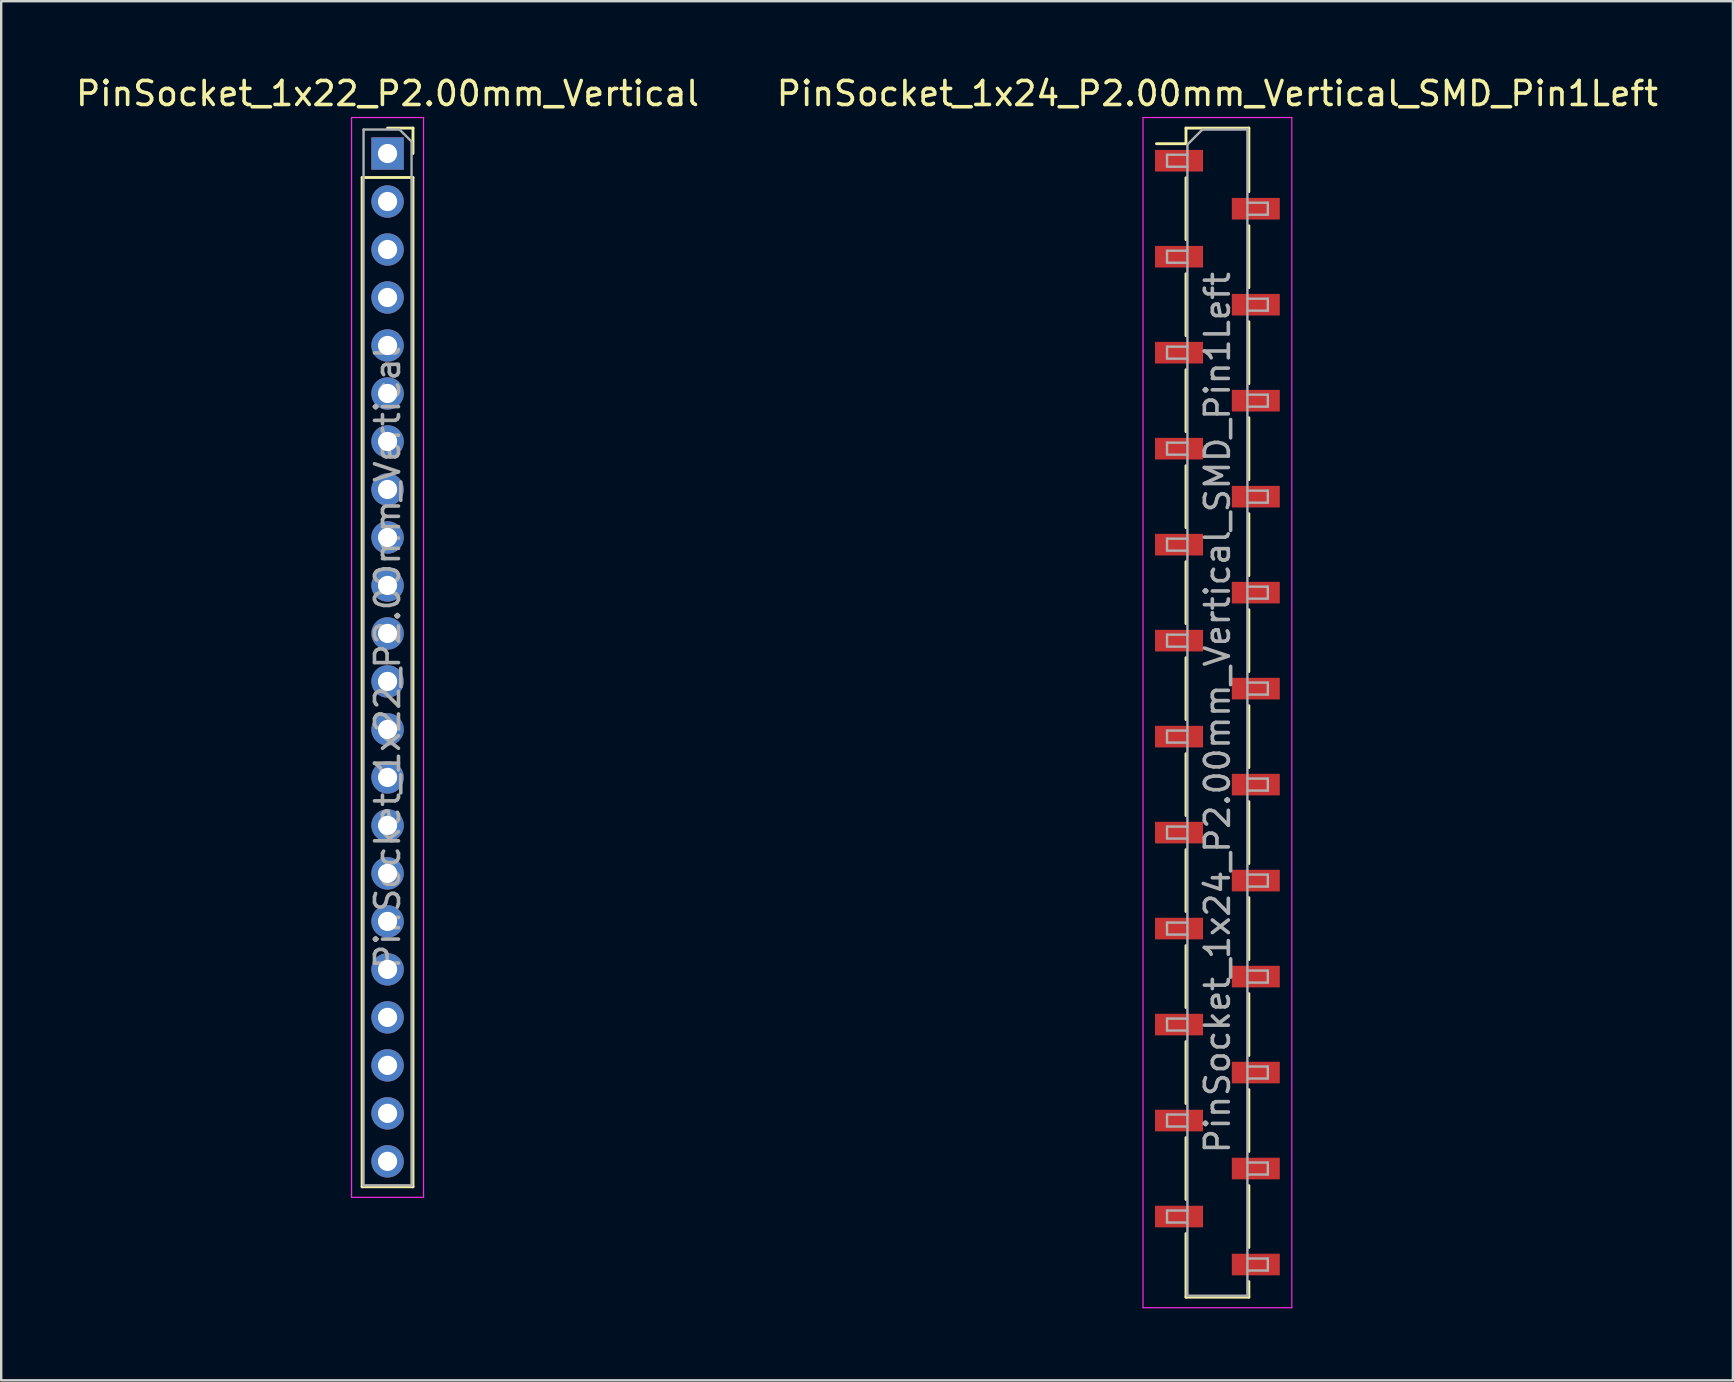
<source format=kicad_pcb>
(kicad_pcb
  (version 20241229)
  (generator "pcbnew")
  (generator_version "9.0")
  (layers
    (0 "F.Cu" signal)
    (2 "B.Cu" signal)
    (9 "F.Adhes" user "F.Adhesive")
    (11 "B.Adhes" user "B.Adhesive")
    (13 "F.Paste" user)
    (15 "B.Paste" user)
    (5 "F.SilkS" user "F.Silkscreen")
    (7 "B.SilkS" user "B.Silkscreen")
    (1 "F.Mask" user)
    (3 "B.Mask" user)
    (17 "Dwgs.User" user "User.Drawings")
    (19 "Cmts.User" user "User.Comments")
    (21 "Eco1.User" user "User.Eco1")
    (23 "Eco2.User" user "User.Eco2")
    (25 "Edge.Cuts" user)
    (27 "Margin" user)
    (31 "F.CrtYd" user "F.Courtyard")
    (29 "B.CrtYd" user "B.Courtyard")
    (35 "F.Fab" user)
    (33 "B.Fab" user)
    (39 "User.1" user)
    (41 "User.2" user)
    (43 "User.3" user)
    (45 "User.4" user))
  (footprint "PinSocket_1x24_P2.00mm_Vertical_SMD_Pin1Left"
    (layer "F.Cu")
    (at 47.685 26.648)
    (property "Reference" "PinSocket_1x24_P2.00mm_Vertical_SMD_Pin1Left" (at 0 -25.8 0) (layer "F.SilkS") (effects (font (size 1 1) (thickness 0.15))))
    (attr smd)
    (fp_line (start -2.54 -23.71) (end -1.31 -23.71) (stroke (width 0.12) (type solid)) (layer "F.SilkS"))
    (fp_line (start -1.31 -24.36) (end -1.31 -23.71) (stroke (width 0.12) (type solid)) (layer "F.SilkS"))
    (fp_line (start -1.31 -24.36) (end 1.31 -24.36) (stroke (width 0.12) (type solid)) (layer "F.SilkS"))
    (fp_line (start -1.31 -22.29) (end -1.31 -19.71) (stroke (width 0.12) (type solid)) (layer "F.SilkS"))
    (fp_line (start -1.31 -18.29) (end -1.31 -15.71) (stroke (width 0.12) (type solid)) (layer "F.SilkS"))
    (fp_line (start -1.31 -14.29) (end -1.31 -11.71) (stroke (width 0.12) (type solid)) (layer "F.SilkS"))
    (fp_line (start -1.31 -10.29) (end -1.31 -7.71) (stroke (width 0.12) (type solid)) (layer "F.SilkS"))
    (fp_line (start -1.31 -6.29) (end -1.31 -3.71) (stroke (width 0.12) (type solid)) (layer "F.SilkS"))
    (fp_line (start -1.31 -2.29) (end -1.31 0.29) (stroke (width 0.12) (type solid)) (layer "F.SilkS"))
    (fp_line (start -1.31 1.71) (end -1.31 4.29) (stroke (width 0.12) (type solid)) (layer "F.SilkS"))
    (fp_line (start -1.31 5.71) (end -1.31 8.29) (stroke (width 0.12) (type solid)) (layer "F.SilkS"))
    (fp_line (start -1.31 9.71) (end -1.31 12.29) (stroke (width 0.12) (type solid)) (layer "F.SilkS"))
    (fp_line (start -1.31 13.71) (end -1.31 16.29) (stroke (width 0.12) (type solid)) (layer "F.SilkS"))
    (fp_line (start -1.31 17.71) (end -1.31 20.29) (stroke (width 0.12) (type solid)) (layer "F.SilkS"))
    (fp_line (start -1.31 21.71) (end -1.31 24.36) (stroke (width 0.12) (type solid)) (layer "F.SilkS"))
    (fp_line (start -1.31 24.36) (end 1.31 24.36) (stroke (width 0.12) (type solid)) (layer "F.SilkS"))
    (fp_line (start 1.31 -24.36) (end 1.31 -21.71) (stroke (width 0.12) (type solid)) (layer "F.SilkS"))
    (fp_line (start 1.31 -20.29) (end 1.31 -17.71) (stroke (width 0.12) (type solid)) (layer "F.SilkS"))
    (fp_line (start 1.31 -16.29) (end 1.31 -13.71) (stroke (width 0.12) (type solid)) (layer "F.SilkS"))
    (fp_line (start 1.31 -12.29) (end 1.31 -9.71) (stroke (width 0.12) (type solid)) (layer "F.SilkS"))
    (fp_line (start 1.31 -8.29) (end 1.31 -5.71) (stroke (width 0.12) (type solid)) (layer "F.SilkS"))
    (fp_line (start 1.31 -4.29) (end 1.31 -1.71) (stroke (width 0.12) (type solid)) (layer "F.SilkS"))
    (fp_line (start 1.31 -0.29) (end 1.31 2.29) (stroke (width 0.12) (type solid)) (layer "F.SilkS"))
    (fp_line (start 1.31 3.71) (end 1.31 6.29) (stroke (width 0.12) (type solid)) (layer "F.SilkS"))
    (fp_line (start 1.31 7.71) (end 1.31 10.29) (stroke (width 0.12) (type solid)) (layer "F.SilkS"))
    (fp_line (start 1.31 11.71) (end 1.31 14.29) (stroke (width 0.12) (type solid)) (layer "F.SilkS"))
    (fp_line (start 1.31 15.71) (end 1.31 18.29) (stroke (width 0.12) (type solid)) (layer "F.SilkS"))
    (fp_line (start 1.31 19.71) (end 1.31 22.29) (stroke (width 0.12) (type solid)) (layer "F.SilkS"))
    (fp_line (start 1.31 23.71) (end 1.31 24.36) (stroke (width 0.12) (type solid)) (layer "F.SilkS"))
    (fp_line (start -3.1 -24.8) (end 3.1 -24.8) (stroke (width 0.05) (type solid)) (layer "F.CrtYd"))
    (fp_line (start -3.1 24.8) (end -3.1 -24.8) (stroke (width 0.05) (type solid)) (layer "F.CrtYd"))
    (fp_line (start 3.1 -24.8) (end 3.1 24.8) (stroke (width 0.05) (type solid)) (layer "F.CrtYd"))
    (fp_line (start 3.1 24.8) (end -3.1 24.8) (stroke (width 0.05) (type solid)) (layer "F.CrtYd"))
    (fp_line (start -2.1 -23.25) (end -1.25 -23.25) (stroke (width 0.1) (type solid)) (layer "F.Fab"))
    (fp_line (start -2.1 -22.75) (end -2.1 -23.25) (stroke (width 0.1) (type solid)) (layer "F.Fab"))
    (fp_line (start -2.1 -19.25) (end -1.25 -19.25) (stroke (width 0.1) (type solid)) (layer "F.Fab"))
    (fp_line (start -2.1 -18.75) (end -2.1 -19.25) (stroke (width 0.1) (type solid)) (layer "F.Fab"))
    (fp_line (start -2.1 -15.25) (end -1.25 -15.25) (stroke (width 0.1) (type solid)) (layer "F.Fab"))
    (fp_line (start -2.1 -14.75) (end -2.1 -15.25) (stroke (width 0.1) (type solid)) (layer "F.Fab"))
    (fp_line (start -2.1 -11.25) (end -1.25 -11.25) (stroke (width 0.1) (type solid)) (layer "F.Fab"))
    (fp_line (start -2.1 -10.75) (end -2.1 -11.25) (stroke (width 0.1) (type solid)) (layer "F.Fab"))
    (fp_line (start -2.1 -7.25) (end -1.25 -7.25) (stroke (width 0.1) (type solid)) (layer "F.Fab"))
    (fp_line (start -2.1 -6.75) (end -2.1 -7.25) (stroke (width 0.1) (type solid)) (layer "F.Fab"))
    (fp_line (start -2.1 -3.25) (end -1.25 -3.25) (stroke (width 0.1) (type solid)) (layer "F.Fab"))
    (fp_line (start -2.1 -2.75) (end -2.1 -3.25) (stroke (width 0.1) (type solid)) (layer "F.Fab"))
    (fp_line (start -2.1 0.75) (end -1.25 0.75) (stroke (width 0.1) (type solid)) (layer "F.Fab"))
    (fp_line (start -2.1 1.25) (end -2.1 0.75) (stroke (width 0.1) (type solid)) (layer "F.Fab"))
    (fp_line (start -2.1 4.75) (end -1.25 4.75) (stroke (width 0.1) (type solid)) (layer "F.Fab"))
    (fp_line (start -2.1 5.25) (end -2.1 4.75) (stroke (width 0.1) (type solid)) (layer "F.Fab"))
    (fp_line (start -2.1 8.75) (end -1.25 8.75) (stroke (width 0.1) (type solid)) (layer "F.Fab"))
    (fp_line (start -2.1 9.25) (end -2.1 8.75) (stroke (width 0.1) (type solid)) (layer "F.Fab"))
    (fp_line (start -2.1 12.75) (end -1.25 12.75) (stroke (width 0.1) (type solid)) (layer "F.Fab"))
    (fp_line (start -2.1 13.25) (end -2.1 12.75) (stroke (width 0.1) (type solid)) (layer "F.Fab"))
    (fp_line (start -2.1 16.75) (end -1.25 16.75) (stroke (width 0.1) (type solid)) (layer "F.Fab"))
    (fp_line (start -2.1 17.25) (end -2.1 16.75) (stroke (width 0.1) (type solid)) (layer "F.Fab"))
    (fp_line (start -2.1 20.75) (end -1.25 20.75) (stroke (width 0.1) (type solid)) (layer "F.Fab"))
    (fp_line (start -2.1 21.25) (end -2.1 20.75) (stroke (width 0.1) (type solid)) (layer "F.Fab"))
    (fp_line (start -1.25 -23.675) (end -0.625 -24.3) (stroke (width 0.1) (type solid)) (layer "F.Fab"))
    (fp_line (start -1.25 -22.75) (end -2.1 -22.75) (stroke (width 0.1) (type solid)) (layer "F.Fab"))
    (fp_line (start -1.25 -18.75) (end -2.1 -18.75) (stroke (width 0.1) (type solid)) (layer "F.Fab"))
    (fp_line (start -1.25 -14.75) (end -2.1 -14.75) (stroke (width 0.1) (type solid)) (layer "F.Fab"))
    (fp_line (start -1.25 -10.75) (end -2.1 -10.75) (stroke (width 0.1) (type solid)) (layer "F.Fab"))
    (fp_line (start -1.25 -6.75) (end -2.1 -6.75) (stroke (width 0.1) (type solid)) (layer "F.Fab"))
    (fp_line (start -1.25 -2.75) (end -2.1 -2.75) (stroke (width 0.1) (type solid)) (layer "F.Fab"))
    (fp_line (start -1.25 1.25) (end -2.1 1.25) (stroke (width 0.1) (type solid)) (layer "F.Fab"))
    (fp_line (start -1.25 5.25) (end -2.1 5.25) (stroke (width 0.1) (type solid)) (layer "F.Fab"))
    (fp_line (start -1.25 9.25) (end -2.1 9.25) (stroke (width 0.1) (type solid)) (layer "F.Fab"))
    (fp_line (start -1.25 13.25) (end -2.1 13.25) (stroke (width 0.1) (type solid)) (layer "F.Fab"))
    (fp_line (start -1.25 17.25) (end -2.1 17.25) (stroke (width 0.1) (type solid)) (layer "F.Fab"))
    (fp_line (start -1.25 21.25) (end -2.1 21.25) (stroke (width 0.1) (type solid)) (layer "F.Fab"))
    (fp_line (start -1.25 24.3) (end -1.25 -23.675) (stroke (width 0.1) (type solid)) (layer "F.Fab"))
    (fp_line (start -0.625 -24.3) (end 1.25 -24.3) (stroke (width 0.1) (type solid)) (layer "F.Fab"))
    (fp_line (start 1.25 -24.3) (end 1.25 24.3) (stroke (width 0.1) (type solid)) (layer "F.Fab"))
    (fp_line (start 1.25 -21.25) (end 2.1 -21.25) (stroke (width 0.1) (type solid)) (layer "F.Fab"))
    (fp_line (start 1.25 -17.25) (end 2.1 -17.25) (stroke (width 0.1) (type solid)) (layer "F.Fab"))
    (fp_line (start 1.25 -13.25) (end 2.1 -13.25) (stroke (width 0.1) (type solid)) (layer "F.Fab"))
    (fp_line (start 1.25 -9.25) (end 2.1 -9.25) (stroke (width 0.1) (type solid)) (layer "F.Fab"))
    (fp_line (start 1.25 -5.25) (end 2.1 -5.25) (stroke (width 0.1) (type solid)) (layer "F.Fab"))
    (fp_line (start 1.25 -1.25) (end 2.1 -1.25) (stroke (width 0.1) (type solid)) (layer "F.Fab"))
    (fp_line (start 1.25 2.75) (end 2.1 2.75) (stroke (width 0.1) (type solid)) (layer "F.Fab"))
    (fp_line (start 1.25 6.75) (end 2.1 6.75) (stroke (width 0.1) (type solid)) (layer "F.Fab"))
    (fp_line (start 1.25 10.75) (end 2.1 10.75) (stroke (width 0.1) (type solid)) (layer "F.Fab"))
    (fp_line (start 1.25 14.75) (end 2.1 14.75) (stroke (width 0.1) (type solid)) (layer "F.Fab"))
    (fp_line (start 1.25 18.75) (end 2.1 18.75) (stroke (width 0.1) (type solid)) (layer "F.Fab"))
    (fp_line (start 1.25 22.75) (end 2.1 22.75) (stroke (width 0.1) (type solid)) (layer "F.Fab"))
    (fp_line (start 1.25 24.3) (end -1.25 24.3) (stroke (width 0.1) (type solid)) (layer "F.Fab"))
    (fp_line (start 2.1 -21.25) (end 2.1 -20.75) (stroke (width 0.1) (type solid)) (layer "F.Fab"))
    (fp_line (start 2.1 -20.75) (end 1.25 -20.75) (stroke (width 0.1) (type solid)) (layer "F.Fab"))
    (fp_line (start 2.1 -17.25) (end 2.1 -16.75) (stroke (width 0.1) (type solid)) (layer "F.Fab"))
    (fp_line (start 2.1 -16.75) (end 1.25 -16.75) (stroke (width 0.1) (type solid)) (layer "F.Fab"))
    (fp_line (start 2.1 -13.25) (end 2.1 -12.75) (stroke (width 0.1) (type solid)) (layer "F.Fab"))
    (fp_line (start 2.1 -12.75) (end 1.25 -12.75) (stroke (width 0.1) (type solid)) (layer "F.Fab"))
    (fp_line (start 2.1 -9.25) (end 2.1 -8.75) (stroke (width 0.1) (type solid)) (layer "F.Fab"))
    (fp_line (start 2.1 -8.75) (end 1.25 -8.75) (stroke (width 0.1) (type solid)) (layer "F.Fab"))
    (fp_line (start 2.1 -5.25) (end 2.1 -4.75) (stroke (width 0.1) (type solid)) (layer "F.Fab"))
    (fp_line (start 2.1 -4.75) (end 1.25 -4.75) (stroke (width 0.1) (type solid)) (layer "F.Fab"))
    (fp_line (start 2.1 -1.25) (end 2.1 -0.75) (stroke (width 0.1) (type solid)) (layer "F.Fab"))
    (fp_line (start 2.1 -0.75) (end 1.25 -0.75) (stroke (width 0.1) (type solid)) (layer "F.Fab"))
    (fp_line (start 2.1 2.75) (end 2.1 3.25) (stroke (width 0.1) (type solid)) (layer "F.Fab"))
    (fp_line (start 2.1 3.25) (end 1.25 3.25) (stroke (width 0.1) (type solid)) (layer "F.Fab"))
    (fp_line (start 2.1 6.75) (end 2.1 7.25) (stroke (width 0.1) (type solid)) (layer "F.Fab"))
    (fp_line (start 2.1 7.25) (end 1.25 7.25) (stroke (width 0.1) (type solid)) (layer "F.Fab"))
    (fp_line (start 2.1 10.75) (end 2.1 11.25) (stroke (width 0.1) (type solid)) (layer "F.Fab"))
    (fp_line (start 2.1 11.25) (end 1.25 11.25) (stroke (width 0.1) (type solid)) (layer "F.Fab"))
    (fp_line (start 2.1 14.75) (end 2.1 15.25) (stroke (width 0.1) (type solid)) (layer "F.Fab"))
    (fp_line (start 2.1 15.25) (end 1.25 15.25) (stroke (width 0.1) (type solid)) (layer "F.Fab"))
    (fp_line (start 2.1 18.75) (end 2.1 19.25) (stroke (width 0.1) (type solid)) (layer "F.Fab"))
    (fp_line (start 2.1 19.25) (end 1.25 19.25) (stroke (width 0.1) (type solid)) (layer "F.Fab"))
    (fp_line (start 2.1 22.75) (end 2.1 23.25) (stroke (width 0.1) (type solid)) (layer "F.Fab"))
    (fp_line (start 2.1 23.25) (end 1.25 23.25) (stroke (width 0.1) (type solid)) (layer "F.Fab"))
    (fp_text user "${REFERENCE}" (at 0 0 90) (layer "F.Fab") (effects (font (size 1 1) (thickness 0.15))))
    (pad "1" smd rect (at -1.6 -23) (size 2 0.9) (layers "F.Cu" "F.Mask" "F.Paste"))
    (pad "2" smd rect (at 1.6 -21) (size 2 0.9) (layers "F.Cu" "F.Mask" "F.Paste"))
    (pad "3" smd rect (at -1.6 -19) (size 2 0.9) (layers "F.Cu" "F.Mask" "F.Paste"))
    (pad "4" smd rect (at 1.6 -17) (size 2 0.9) (layers "F.Cu" "F.Mask" "F.Paste"))
    (pad "5" smd rect (at -1.6 -15) (size 2 0.9) (layers "F.Cu" "F.Mask" "F.Paste"))
    (pad "6" smd rect (at 1.6 -13) (size 2 0.9) (layers "F.Cu" "F.Mask" "F.Paste"))
    (pad "7" smd rect (at -1.6 -11) (size 2 0.9) (layers "F.Cu" "F.Mask" "F.Paste"))
    (pad "8" smd rect (at 1.6 -9) (size 2 0.9) (layers "F.Cu" "F.Mask" "F.Paste"))
    (pad "9" smd rect (at -1.6 -7) (size 2 0.9) (layers "F.Cu" "F.Mask" "F.Paste"))
    (pad "10" smd rect (at 1.6 -5) (size 2 0.9) (layers "F.Cu" "F.Mask" "F.Paste"))
    (pad "11" smd rect (at -1.6 -3) (size 2 0.9) (layers "F.Cu" "F.Mask" "F.Paste"))
    (pad "12" smd rect (at 1.6 -1) (size 2 0.9) (layers "F.Cu" "F.Mask" "F.Paste"))
    (pad "13" smd rect (at -1.6 1) (size 2 0.9) (layers "F.Cu" "F.Mask" "F.Paste"))
    (pad "14" smd rect (at 1.6 3) (size 2 0.9) (layers "F.Cu" "F.Mask" "F.Paste"))
    (pad "15" smd rect (at -1.6 5) (size 2 0.9) (layers "F.Cu" "F.Mask" "F.Paste"))
    (pad "16" smd rect (at 1.6 7) (size 2 0.9) (layers "F.Cu" "F.Mask" "F.Paste"))
    (pad "17" smd rect (at -1.6 9) (size 2 0.9) (layers "F.Cu" "F.Mask" "F.Paste"))
    (pad "18" smd rect (at 1.6 11) (size 2 0.9) (layers "F.Cu" "F.Mask" "F.Paste"))
    (pad "19" smd rect (at -1.6 13) (size 2 0.9) (layers "F.Cu" "F.Mask" "F.Paste"))
    (pad "20" smd rect (at 1.6 15) (size 2 0.9) (layers "F.Cu" "F.Mask" "F.Paste"))
    (pad "21" smd rect (at -1.6 17) (size 2 0.9) (layers "F.Cu" "F.Mask" "F.Paste"))
    (pad "22" smd rect (at 1.6 19) (size 2 0.9) (layers "F.Cu" "F.Mask" "F.Paste"))
    (pad "23" smd rect (at -1.6 21) (size 2 0.9) (layers "F.Cu" "F.Mask" "F.Paste"))
    (pad "24" smd rect (at 1.6 23) (size 2 0.9) (layers "F.Cu" "F.Mask" "F.Paste")))
  (footprint "PinSocket_1x22_P2.00mm_Vertical"
    (layer "F.Cu")
    (at 13.101 3.348)
    (property "Reference" "PinSocket_1x22_P2.00mm_Vertical" (at 0 -2.5 0) (layer "F.SilkS") (effects (font (size 1 1) (thickness 0.15))))
    (attr through_hole)
    (fp_line (start -1.06 1) (end -1.06 43.06) (stroke (width 0.12) (type solid)) (layer "F.SilkS"))
    (fp_line (start -1.06 1) (end 1.06 1) (stroke (width 0.12) (type solid)) (layer "F.SilkS"))
    (fp_line (start -1.06 43.06) (end 1.06 43.06) (stroke (width 0.12) (type solid)) (layer "F.SilkS"))
    (fp_line (start 0 -1.06) (end 1.06 -1.06) (stroke (width 0.12) (type solid)) (layer "F.SilkS"))
    (fp_line (start 1.06 -1.06) (end 1.06 0) (stroke (width 0.12) (type solid)) (layer "F.SilkS"))
    (fp_line (start 1.06 1) (end 1.06 43.06) (stroke (width 0.12) (type solid)) (layer "F.SilkS"))
    (fp_line (start -1.5 -1.5) (end 1.5 -1.5) (stroke (width 0.05) (type solid)) (layer "F.CrtYd"))
    (fp_line (start -1.5 43.5) (end -1.5 -1.5) (stroke (width 0.05) (type solid)) (layer "F.CrtYd"))
    (fp_line (start 1.5 -1.5) (end 1.5 43.5) (stroke (width 0.05) (type solid)) (layer "F.CrtYd"))
    (fp_line (start 1.5 43.5) (end -1.5 43.5) (stroke (width 0.05) (type solid)) (layer "F.CrtYd"))
    (fp_line (start -1 -1) (end 0.5 -1) (stroke (width 0.1) (type solid)) (layer "F.Fab"))
    (fp_line (start -1 43) (end -1 -1) (stroke (width 0.1) (type solid)) (layer "F.Fab"))
    (fp_line (start 0.5 -1) (end 1 -0.5) (stroke (width 0.1) (type solid)) (layer "F.Fab"))
    (fp_line (start 1 -0.5) (end 1 43) (stroke (width 0.1) (type solid)) (layer "F.Fab"))
    (fp_line (start 1 43) (end -1 43) (stroke (width 0.1) (type solid)) (layer "F.Fab"))
    (fp_text user "${REFERENCE}" (at 0 21 90) (layer "F.Fab") (effects (font (size 1 1) (thickness 0.15))))
    (pad "1" thru_hole rect (at 0 0) (size 1.35 1.35) (drill 0.8) (layers "*.Cu" "*.Mask"))
    (pad "2" thru_hole oval (at 0 2) (size 1.35 1.35) (drill 0.8) (layers "*.Cu" "*.Mask"))
    (pad "3" thru_hole oval (at 0 4) (size 1.35 1.35) (drill 0.8) (layers "*.Cu" "*.Mask"))
    (pad "4" thru_hole oval (at 0 6) (size 1.35 1.35) (drill 0.8) (layers "*.Cu" "*.Mask"))
    (pad "5" thru_hole oval (at 0 8) (size 1.35 1.35) (drill 0.8) (layers "*.Cu" "*.Mask"))
    (pad "6" thru_hole oval (at 0 10) (size 1.35 1.35) (drill 0.8) (layers "*.Cu" "*.Mask"))
    (pad "7" thru_hole oval (at 0 12) (size 1.35 1.35) (drill 0.8) (layers "*.Cu" "*.Mask"))
    (pad "8" thru_hole oval (at 0 14) (size 1.35 1.35) (drill 0.8) (layers "*.Cu" "*.Mask"))
    (pad "9" thru_hole oval (at 0 16) (size 1.35 1.35) (drill 0.8) (layers "*.Cu" "*.Mask"))
    (pad "10" thru_hole oval (at 0 18) (size 1.35 1.35) (drill 0.8) (layers "*.Cu" "*.Mask"))
    (pad "11" thru_hole oval (at 0 20) (size 1.35 1.35) (drill 0.8) (layers "*.Cu" "*.Mask"))
    (pad "12" thru_hole oval (at 0 22) (size 1.35 1.35) (drill 0.8) (layers "*.Cu" "*.Mask"))
    (pad "13" thru_hole oval (at 0 24) (size 1.35 1.35) (drill 0.8) (layers "*.Cu" "*.Mask"))
    (pad "14" thru_hole oval (at 0 26) (size 1.35 1.35) (drill 0.8) (layers "*.Cu" "*.Mask"))
    (pad "15" thru_hole oval (at 0 28) (size 1.35 1.35) (drill 0.8) (layers "*.Cu" "*.Mask"))
    (pad "16" thru_hole oval (at 0 30) (size 1.35 1.35) (drill 0.8) (layers "*.Cu" "*.Mask"))
    (pad "17" thru_hole oval (at 0 32) (size 1.35 1.35) (drill 0.8) (layers "*.Cu" "*.Mask"))
    (pad "18" thru_hole oval (at 0 34) (size 1.35 1.35) (drill 0.8) (layers "*.Cu" "*.Mask"))
    (pad "19" thru_hole oval (at 0 36) (size 1.35 1.35) (drill 0.8) (layers "*.Cu" "*.Mask"))
    (pad "20" thru_hole oval (at 0 38) (size 1.35 1.35) (drill 0.8) (layers "*.Cu" "*.Mask"))
    (pad "21" thru_hole oval (at 0 40) (size 1.35 1.35) (drill 0.8) (layers "*.Cu" "*.Mask"))
    (pad "22" thru_hole oval (at 0 42) (size 1.35 1.35) (drill 0.8) (layers "*.Cu" "*.Mask")))
  (gr_rect
    (start -3 -3)
    (end 69.167 54.473)
    (stroke (width 0.1) (type default))
    (fill no)
    (layer "Edge.Cuts")))
</source>
